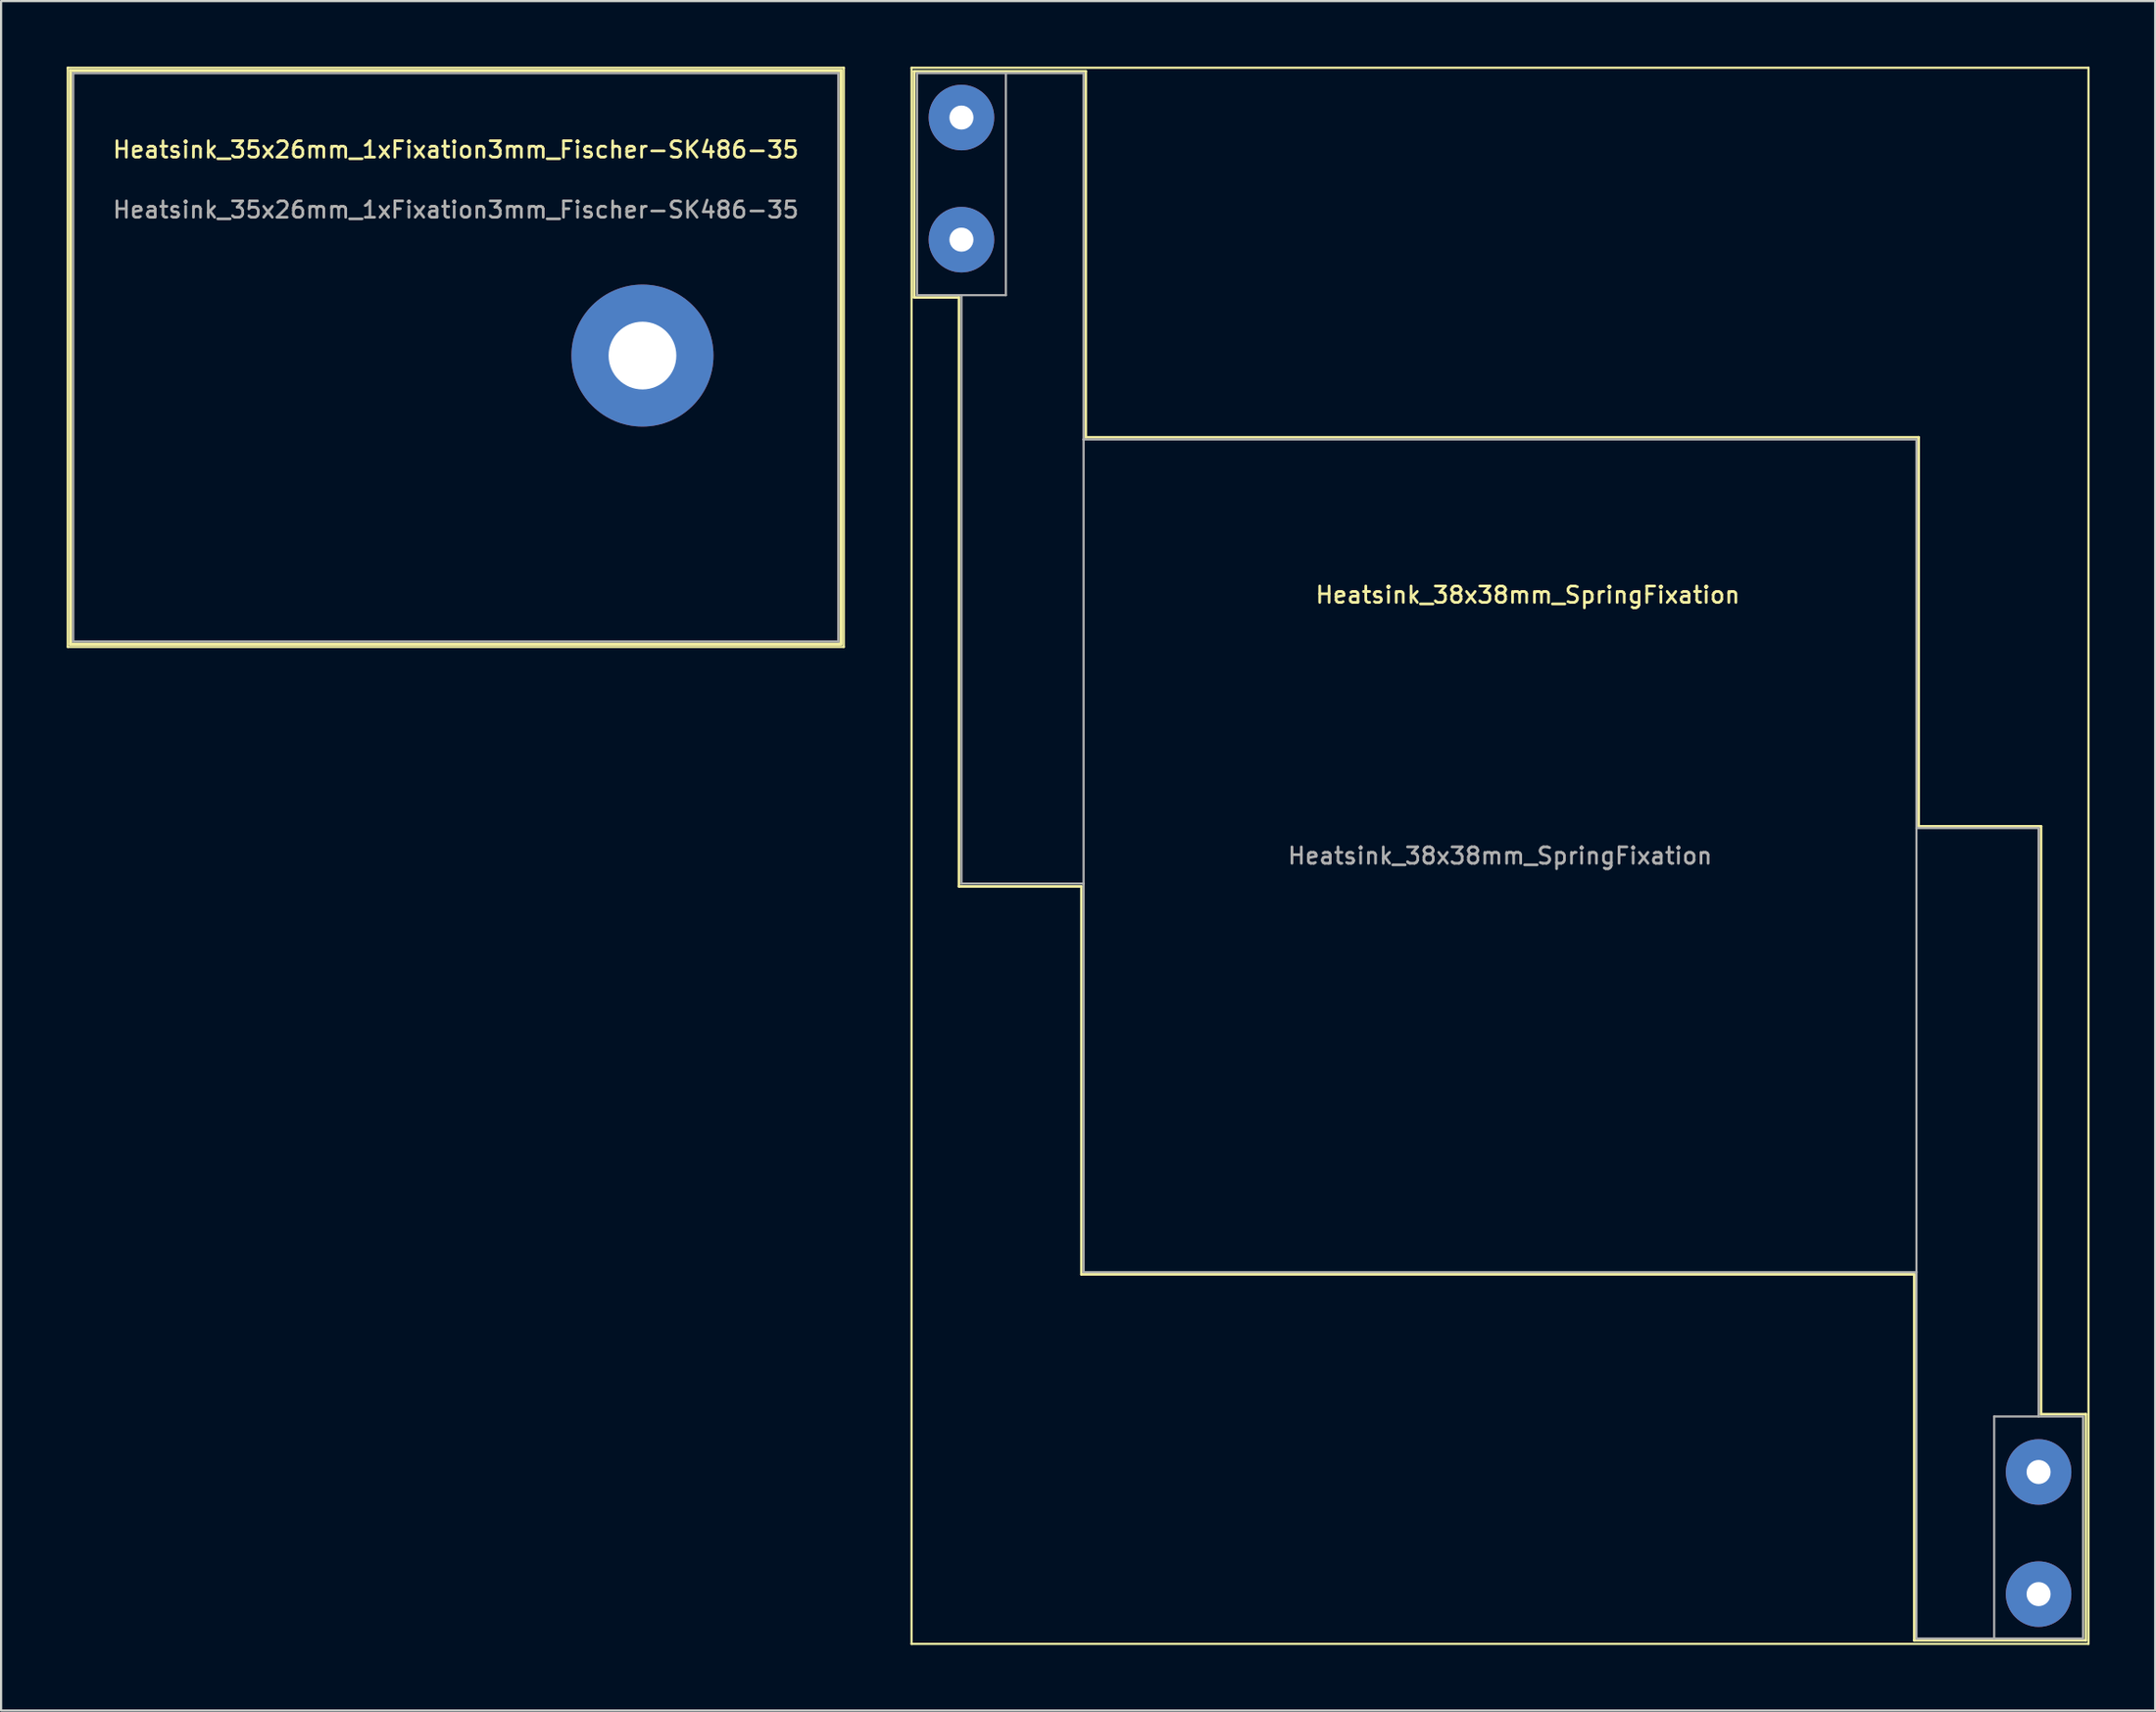
<source format=kicad_pcb>
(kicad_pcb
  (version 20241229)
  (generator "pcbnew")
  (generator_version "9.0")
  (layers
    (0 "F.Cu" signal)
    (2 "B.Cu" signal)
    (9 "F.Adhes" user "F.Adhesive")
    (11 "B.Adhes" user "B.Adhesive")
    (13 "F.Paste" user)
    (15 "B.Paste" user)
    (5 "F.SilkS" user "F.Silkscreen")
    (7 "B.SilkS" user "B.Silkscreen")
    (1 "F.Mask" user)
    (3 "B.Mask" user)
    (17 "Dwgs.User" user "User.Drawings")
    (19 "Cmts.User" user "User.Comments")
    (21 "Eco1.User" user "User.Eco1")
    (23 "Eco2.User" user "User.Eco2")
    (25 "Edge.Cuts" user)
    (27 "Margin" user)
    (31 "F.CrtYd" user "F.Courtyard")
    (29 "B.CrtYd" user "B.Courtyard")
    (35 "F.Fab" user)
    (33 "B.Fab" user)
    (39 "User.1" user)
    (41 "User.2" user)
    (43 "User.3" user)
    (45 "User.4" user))
  (footprint "Heatsink_38x38mm_SpringFixation"
    (layer "F.Cu")
    (at 46.52 55.16)
    (property "Reference" "Heatsink_38x38mm_SpringFixation" (at 20.32 -30.988 0) (layer "F.SilkS") (effects (font (size 0.75 0.75) (thickness 0.125))))
    (attr through_hole)
    (fp_line (start -7.87 -55.11) (end -7.87 17.01) (stroke (width 0.1) (type solid)) (layer "F.SilkS"))
    (fp_line (start -7.87 -55.11) (end 45.97 -55.11) (stroke (width 0.1) (type solid)) (layer "F.SilkS"))
    (fp_line (start -7.75 -54.95) (end -7.75 -44.6) (stroke (width 0.12) (type solid)) (layer "F.SilkS"))
    (fp_line (start -7.75 -44.6) (end -5.7 -44.6) (stroke (width 0.12) (type solid)) (layer "F.SilkS"))
    (fp_line (start -5.7 -44.6) (end -5.7 -17.65) (stroke (width 0.12) (type solid)) (layer "F.SilkS"))
    (fp_line (start -5.7 -17.65) (end -0.1 -17.65) (stroke (width 0.12) (type solid)) (layer "F.SilkS"))
    (fp_line (start -0.1 -17.65) (end -0.1 0.1) (stroke (width 0.12) (type solid)) (layer "F.SilkS"))
    (fp_line (start -0.1 0.1) (end 38 0.1) (stroke (width 0.12) (type solid)) (layer "F.SilkS"))
    (fp_line (start 0.1 -54.95) (end -7.75 -54.95) (stroke (width 0.12) (type solid)) (layer "F.SilkS"))
    (fp_line (start 0.1 -38.2) (end 0.1 -54.95) (stroke (width 0.12) (type solid)) (layer "F.SilkS"))
    (fp_line (start 38 0.1) (end 38 16.85) (stroke (width 0.12) (type solid)) (layer "F.SilkS"))
    (fp_line (start 38 16.85) (end 45.85 16.85) (stroke (width 0.12) (type solid)) (layer "F.SilkS"))
    (fp_line (start 38.2 -38.2) (end 0.1 -38.2) (stroke (width 0.12) (type solid)) (layer "F.SilkS"))
    (fp_line (start 38.2 -20.4) (end 38.2 -38.2) (stroke (width 0.12) (type solid)) (layer "F.SilkS"))
    (fp_line (start 43.8 -20.4) (end 38.2 -20.4) (stroke (width 0.12) (type solid)) (layer "F.SilkS"))
    (fp_line (start 43.8 6.5) (end 43.8 -20.4) (stroke (width 0.12) (type solid)) (layer "F.SilkS"))
    (fp_line (start 45.85 6.5) (end 43.8 6.5) (stroke (width 0.12) (type solid)) (layer "F.SilkS"))
    (fp_line (start 45.85 16.85) (end 45.85 6.5) (stroke (width 0.12) (type solid)) (layer "F.SilkS"))
    (fp_line (start 45.97 17.01) (end -7.87 17.01) (stroke (width 0.1) (type solid)) (layer "F.SilkS"))
    (fp_line (start 45.97 17.01) (end 45.97 -55.11) (stroke (width 0.1) (type solid)) (layer "F.SilkS"))
    (fp_line (start -7.62 -54.864) (end -7.62 -44.704) (stroke (width 0.1) (type solid)) (layer "F.Fab"))
    (fp_line (start -7.62 -44.704) (end -3.556 -44.704) (stroke (width 0.1) (type solid)) (layer "F.Fab"))
    (fp_line (start -5.588 -17.78) (end -5.588 -44.704) (stroke (width 0.1) (type solid)) (layer "F.Fab"))
    (fp_line (start -3.556 -54.864) (end -7.62 -54.864) (stroke (width 0.1) (type solid)) (layer "F.Fab"))
    (fp_line (start -3.556 -54.864) (end 0 -54.864) (stroke (width 0.1) (type solid)) (layer "F.Fab"))
    (fp_line (start -3.556 -44.704) (end -3.556 -54.864) (stroke (width 0.1) (type solid)) (layer "F.Fab"))
    (fp_line (start 0 -54.864) (end 0 -38.1) (stroke (width 0.1) (type solid)) (layer "F.Fab"))
    (fp_line (start 0 -38.1) (end 0 0) (stroke (width 0.1) (type solid)) (layer "F.Fab"))
    (fp_line (start 0 -17.78) (end -5.588 -17.78) (stroke (width 0.1) (type solid)) (layer "F.Fab"))
    (fp_line (start 0 0) (end 38.1 0) (stroke (width 0.1) (type solid)) (layer "F.Fab"))
    (fp_line (start 38.1 -38.1) (end 0 -38.1) (stroke (width 0.1) (type solid)) (layer "F.Fab"))
    (fp_line (start 38.1 -20.32) (end 43.688 -20.32) (stroke (width 0.1) (type solid)) (layer "F.Fab"))
    (fp_line (start 38.1 0) (end 38.1 -38.1) (stroke (width 0.1) (type solid)) (layer "F.Fab"))
    (fp_line (start 38.1 16.764) (end 38.1 0) (stroke (width 0.1) (type solid)) (layer "F.Fab"))
    (fp_line (start 41.656 6.604) (end 41.656 16.764) (stroke (width 0.1) (type solid)) (layer "F.Fab"))
    (fp_line (start 41.656 16.764) (end 38.1 16.764) (stroke (width 0.1) (type solid)) (layer "F.Fab"))
    (fp_line (start 43.688 -20.32) (end 43.688 6.604) (stroke (width 0.1) (type solid)) (layer "F.Fab"))
    (fp_line (start 45.72 6.604) (end 41.656 6.604) (stroke (width 0.1) (type solid)) (layer "F.Fab"))
    (fp_line (start 45.72 6.604) (end 45.72 16.764) (stroke (width 0.1) (type solid)) (layer "F.Fab"))
    (fp_line (start 45.72 16.764) (end 41.656 16.764) (stroke (width 0.1) (type solid)) (layer "F.Fab"))
    (fp_text user "${REFERENCE}" (at 19.05 -19.05 0) (layer "F.Fab") (effects (font (size 0.75 0.75) (thickness 0.125))))
    (pad "1" thru_hole circle (at -5.588 -52.832) (size 3 3) (drill 1.1) (layers "*.Cu" "*.Mask"))
    (pad "1" thru_hole circle (at -5.588 -47.244) (size 3 3) (drill 1.1) (layers "*.Cu" "*.Mask"))
    (pad "1" thru_hole circle (at 43.688 9.144) (size 3 3) (drill 1.1) (layers "*.Cu" "*.Mask"))
    (pad "1" thru_hole circle (at 43.688 14.732) (size 3 3) (drill 1.1) (layers "*.Cu" "*.Mask")))
  (footprint "Heatsink_35x26mm_1xFixation3mm_Fischer-SK486-35"
    (layer "F.Cu")
    (at 26.34 13.22)
    (property "Reference" "Heatsink_35x26mm_1xFixation3mm_Fischer-SK486-35" (at -8.54 -9.42 0) (layer "F.SilkS") (effects (font (size 0.75 0.75) (thickness 0.125))))
    (attr through_hole)
    (fp_line (start -26.29 -13.17) (end -26.29 13.33) (stroke (width 0.1) (type solid)) (layer "F.SilkS"))
    (fp_line (start -26.29 -13.17) (end 9.21 -13.17) (stroke (width 0.1) (type solid)) (layer "F.SilkS"))
    (fp_line (start -26.17 -13.04) (end -26.17 13.2) (stroke (width 0.15) (type solid)) (layer "F.SilkS"))
    (fp_line (start -26.17 13.2) (end 9.08 13.2) (stroke (width 0.15) (type solid)) (layer "F.SilkS"))
    (fp_line (start 9.08 -13.04) (end -26.17 -13.04) (stroke (width 0.15) (type solid)) (layer "F.SilkS"))
    (fp_line (start 9.08 13.2) (end 9.08 -13.04) (stroke (width 0.15) (type solid)) (layer "F.SilkS"))
    (fp_line (start 9.21 13.33) (end -26.29 13.33) (stroke (width 0.1) (type solid)) (layer "F.SilkS"))
    (fp_line (start 9.21 13.33) (end 9.21 -13.17) (stroke (width 0.1) (type solid)) (layer "F.SilkS"))
    (fp_line (start -26.04 -12.92) (end 8.96 -12.92) (stroke (width 0.1) (type solid)) (layer "F.Fab"))
    (fp_line (start -26.04 13.08) (end -26.04 -12.92) (stroke (width 0.1) (type solid)) (layer "F.Fab"))
    (fp_line (start 8.96 -12.92) (end 8.96 13.08) (stroke (width 0.1) (type solid)) (layer "F.Fab"))
    (fp_line (start 8.96 13.08) (end -26.04 13.08) (stroke (width 0.1) (type solid)) (layer "F.Fab"))
    (fp_text user "${REFERENCE}" (at -8.54 -6.67 0) (layer "F.Fab") (effects (font (size 0.75 0.75) (thickness 0.125))))
    (pad "1" thru_hole circle (at 0 0) (size 6.497 6.497) (drill 3.099) (layers "*.Cu" "*.Mask")))
  (gr_rect
    (start -3 -3)
    (end 95.54 75.22)
    (stroke (width 0.1) (type default))
    (fill no)
    (layer "Edge.Cuts")))
</source>
